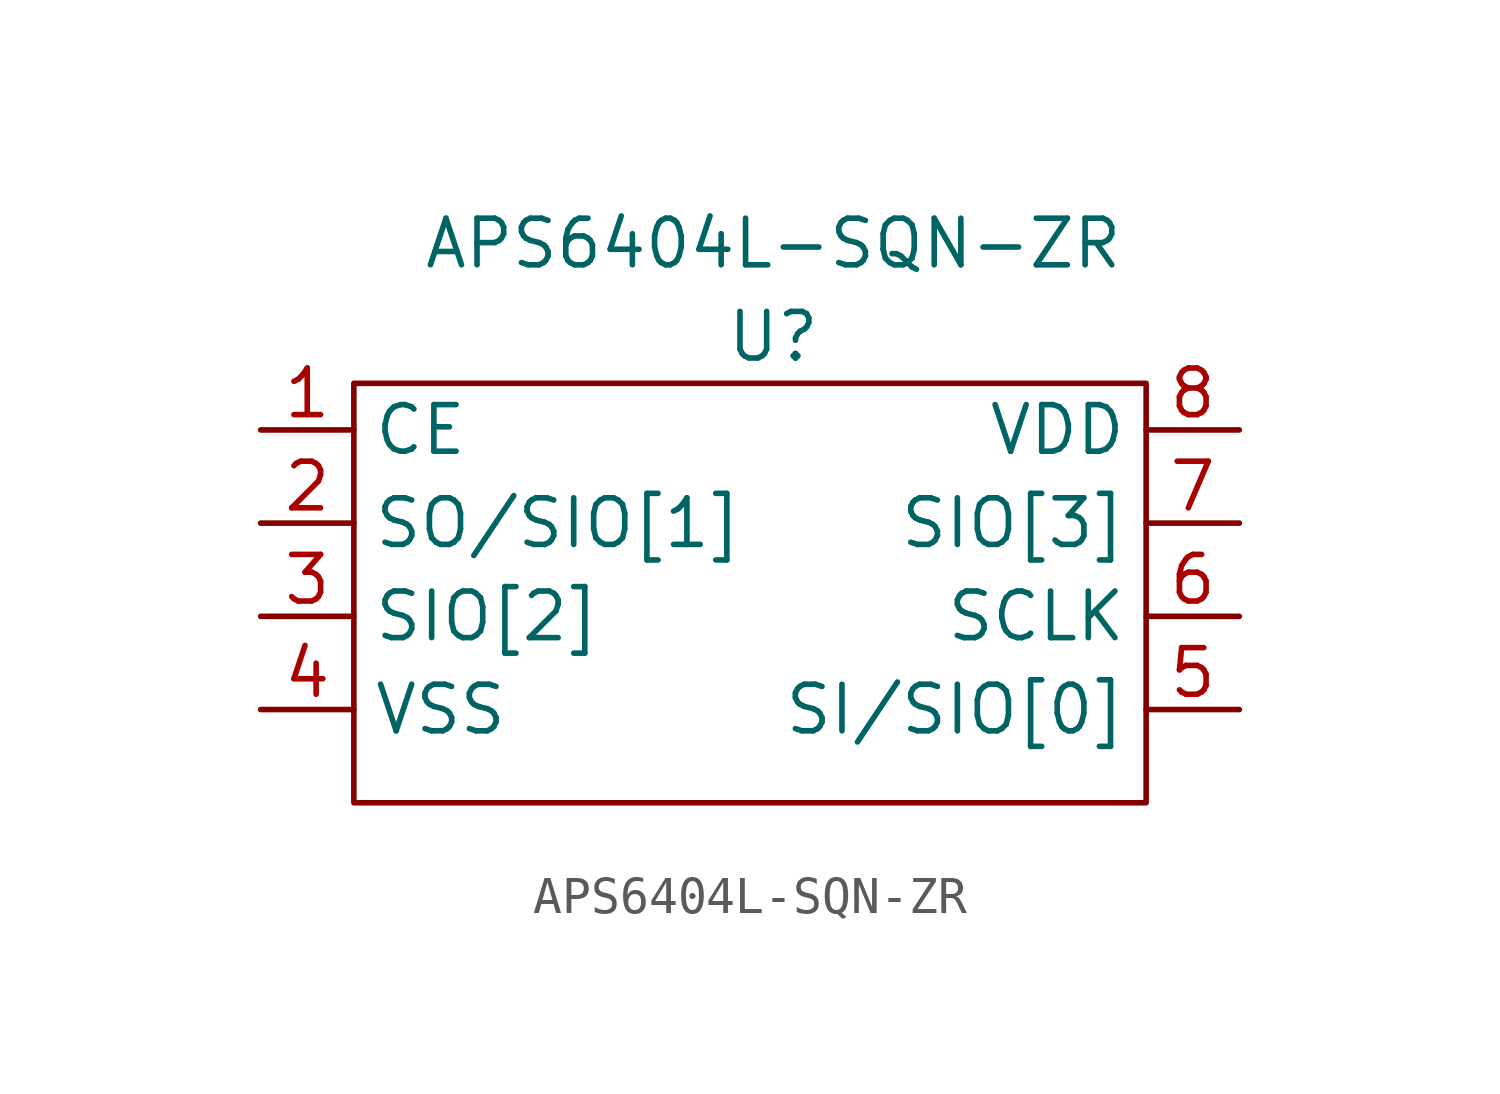
<source format=kicad_sym>
(kicad_symbol_lib
  (version 20211014)
  (generator kicad_symbol_editor)
  (symbol "APS6404L-SQN-ZR"
    (property "Reference" "U"
      (at 0 0 0)
      (effects (font (size 1.27 1.27))))
    (property "Value" "APS6404L-SQN-ZR"
      (at 0 2.54 0)
      (effects (font (size 1.27 1.27))))
    (symbol "APS6404L-SQN-ZR_0_1"
      (rectangle (start -11.43 -1.27) (end 10.16 -12.7) (stroke (width 0.152) (type default) (color 0 0 0 0)) (fill (type none))))
    (symbol "APS6404L-SQN-ZR_1_1"
      (pin input line (at -13.97 -2.54 0) (length 2.54) (name "CE" (effects (font (size 1.27 1.27)))) (number "1" (effects (font (size 1.27 1.27)))))
      (pin input line (at -13.97 -5.08 0) (length 2.54) (name "SO/SIO[1]" (effects (font (size 1.27 1.27)))) (number "2" (effects (font (size 1.27 1.27)))))
      (pin input line (at -13.97 -7.62 0) (length 2.54) (name "SIO[2]" (effects (font (size 1.27 1.27)))) (number "3" (effects (font (size 1.27 1.27)))))
      (pin input line (at -13.97 -10.16 0) (length 2.54) (name "VSS" (effects (font (size 1.27 1.27)))) (number "4" (effects (font (size 1.27 1.27)))))
      (pin input line (at 12.7 -10.16 180) (length 2.54) (name "SI/SIO[0]" (effects (font (size 1.27 1.27)))) (number "5" (effects (font (size 1.27 1.27)))))
      (pin input line (at 12.7 -7.62 180) (length 2.54) (name "SCLK" (effects (font (size 1.27 1.27)))) (number "6" (effects (font (size 1.27 1.27)))))
      (pin input line (at 12.7 -5.08 180) (length 2.54) (name "SIO[3]" (effects (font (size 1.27 1.27)))) (number "7" (effects (font (size 1.27 1.27)))))
      (pin input line (at 12.7 -2.54 180) (length 2.54) (name "VDD" (effects (font (size 1.27 1.27)))) (number "8" (effects (font (size 1.27 1.27))))))))
</source>
